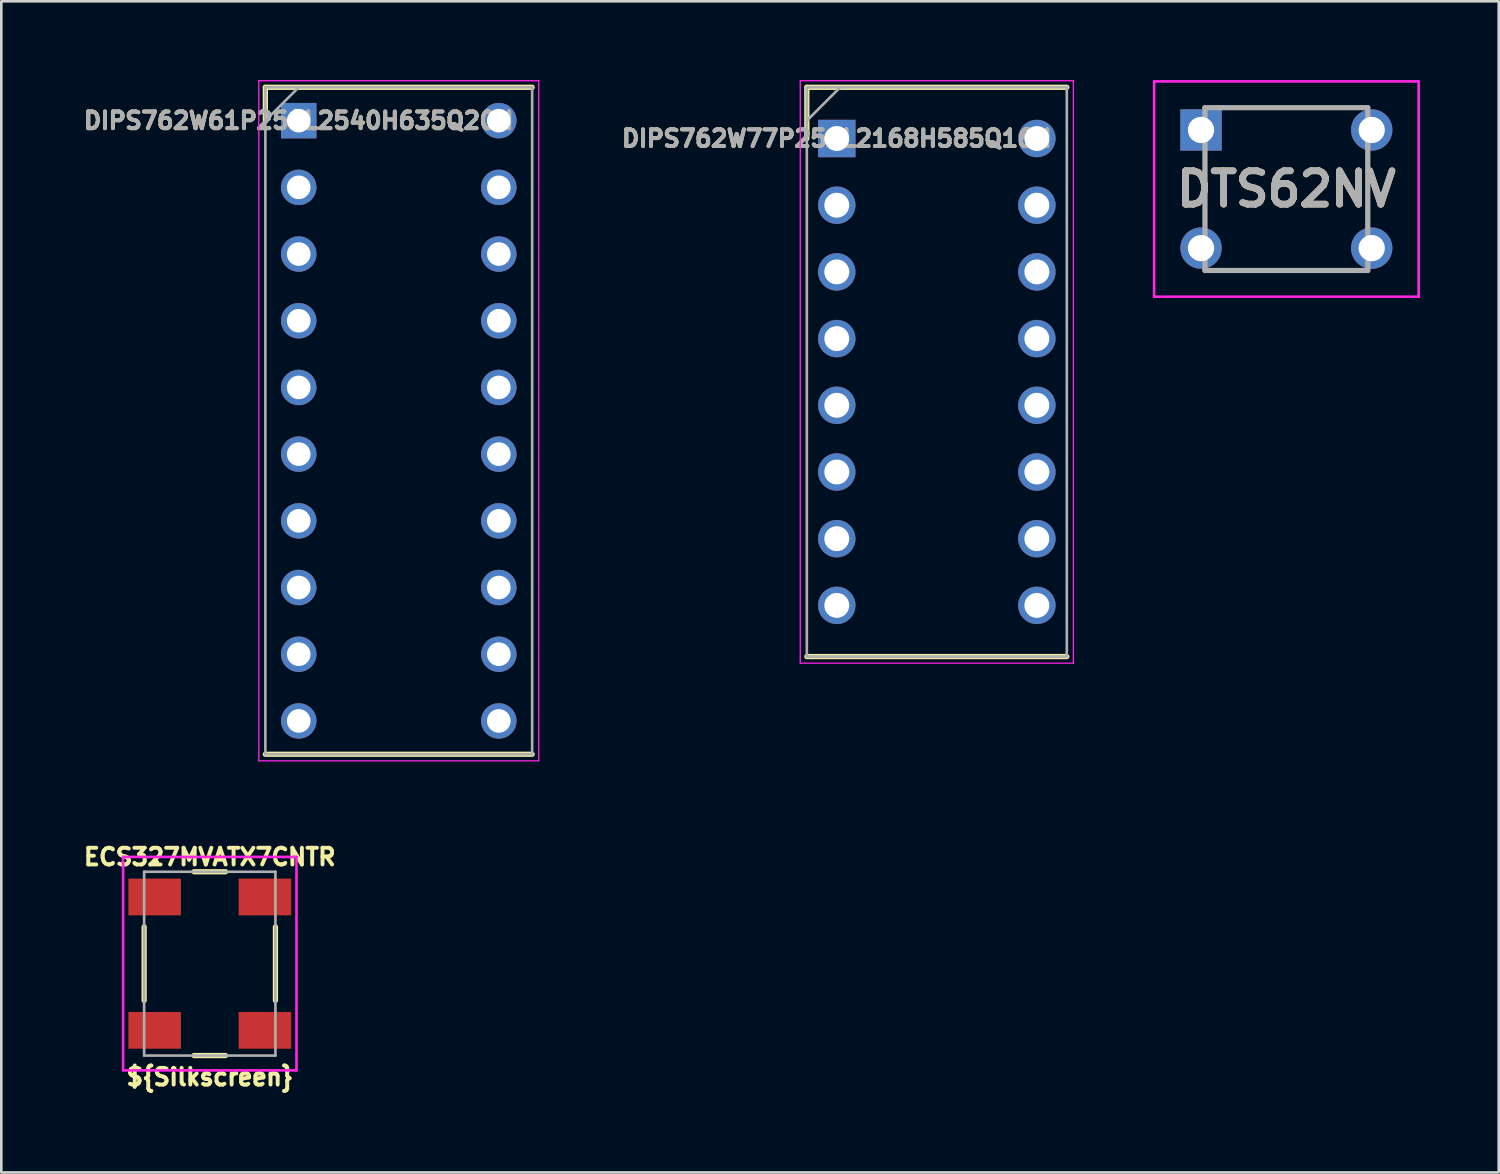
<source format=kicad_pcb>
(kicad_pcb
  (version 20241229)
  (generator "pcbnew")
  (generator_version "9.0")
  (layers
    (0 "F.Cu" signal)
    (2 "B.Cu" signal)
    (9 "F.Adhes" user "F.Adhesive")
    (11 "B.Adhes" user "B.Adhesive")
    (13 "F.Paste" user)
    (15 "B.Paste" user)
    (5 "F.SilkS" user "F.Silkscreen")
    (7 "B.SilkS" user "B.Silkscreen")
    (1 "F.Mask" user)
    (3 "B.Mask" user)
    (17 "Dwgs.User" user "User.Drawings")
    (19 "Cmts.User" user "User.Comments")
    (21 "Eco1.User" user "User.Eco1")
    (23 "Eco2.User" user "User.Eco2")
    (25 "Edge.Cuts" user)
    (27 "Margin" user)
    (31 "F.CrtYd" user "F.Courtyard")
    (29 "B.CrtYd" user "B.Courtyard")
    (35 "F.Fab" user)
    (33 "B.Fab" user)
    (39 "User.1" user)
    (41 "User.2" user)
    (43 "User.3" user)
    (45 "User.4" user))
  (footprint "DTS62NV"
    (layer "F.Cu")
    (at 42.689 1.9)
    (property "Reference" "DTS62NV" (at 3.25 2.25 0) (layer "F.SilkS") (effects (font (size 1.27 1.27) (thickness 0.254))))
    (attr through_hole)
    (fp_line (start 0.15 1.05) (end 0.15 3.45) (stroke (width 0.1) (type solid)) (layer "F.SilkS"))
    (fp_line (start 0.55 5.35) (end 5.95 5.35) (stroke (width 0.1) (type solid)) (layer "F.SilkS"))
    (fp_line (start 1.15 -0.85) (end 5.95 -0.85) (stroke (width 0.1) (type solid)) (layer "F.SilkS"))
    (fp_line (start 6.35 3.45) (end 6.35 1.05) (stroke (width 0.1) (type solid)) (layer "F.SilkS"))
    (fp_line (start -1.787 -1.85) (end 8.287 -1.85) (stroke (width 0.1) (type solid)) (layer "F.CrtYd"))
    (fp_line (start -1.787 6.35) (end -1.787 -1.85) (stroke (width 0.1) (type solid)) (layer "F.CrtYd"))
    (fp_line (start 8.287 -1.85) (end 8.287 6.35) (stroke (width 0.1) (type solid)) (layer "F.CrtYd"))
    (fp_line (start 8.287 6.35) (end -1.787 6.35) (stroke (width 0.1) (type solid)) (layer "F.CrtYd"))
    (fp_line (start 0.15 -0.85) (end 6.35 -0.85) (stroke (width 0.2) (type solid)) (layer "F.Fab"))
    (fp_line (start 0.15 5.35) (end 0.15 -0.85) (stroke (width 0.2) (type solid)) (layer "F.Fab"))
    (fp_line (start 6.35 -0.85) (end 6.35 5.35) (stroke (width 0.2) (type solid)) (layer "F.Fab"))
    (fp_line (start 6.35 5.35) (end 0.15 5.35) (stroke (width 0.2) (type solid)) (layer "F.Fab"))
    (fp_text user "${REFERENCE}" (at 3.25 2.25 0) (layer "F.Fab") (effects (font (size 1.27 1.27) (thickness 0.254))))
    (pad "1" thru_hole rect (at 0 0) (size 1.575 1.575) (drill 1) (layers "*.Cu" "*.Mask"))
    (pad "2" thru_hole circle (at 6.5 0) (size 1.575 1.575) (drill 1) (layers "*.Cu" "*.Mask"))
    (pad "3" thru_hole circle (at 0 4.5) (size 1.575 1.575) (drill 1) (layers "*.Cu" "*.Mask"))
    (pad "4" thru_hole circle (at 6.5 4.5) (size 1.575 1.575) (drill 1) (layers "*.Cu" "*.Mask")))
  (footprint "DIPS762W61P254L2540H635Q20N"
    (layer "F.Cu")
    (at 8.326 1.545)
    (property "Reference" "DIPS762W61P254L2540H635Q20N" (at 0 0 0) (layer "F.SilkS") (effects (font (size 0.635 0.635) (thickness 0.15))))
    (attr through_hole)
    (fp_line (start -1.27 -1.27) (end -1.27 0) (stroke (width 0.2) (type solid)) (layer "F.SilkS"))
    (fp_line (start -1.27 24.13) (end 8.89 24.13) (stroke (width 0.2) (type solid)) (layer "F.SilkS"))
    (fp_line (start 8.89 -1.27) (end -1.27 -1.27) (stroke (width 0.2) (type solid)) (layer "F.SilkS"))
    (fp_line (start -1.52 -1.52) (end 9.14 -1.52) (stroke (width 0.05) (type solid)) (layer "F.CrtYd"))
    (fp_line (start -1.52 24.38) (end -1.52 -1.52) (stroke (width 0.05) (type solid)) (layer "F.CrtYd"))
    (fp_line (start 9.14 -1.52) (end 9.14 24.38) (stroke (width 0.05) (type solid)) (layer "F.CrtYd"))
    (fp_line (start 9.14 24.38) (end -1.52 24.38) (stroke (width 0.05) (type solid)) (layer "F.CrtYd"))
    (fp_line (start -1.27 -1.27) (end 8.89 -1.27) (stroke (width 0.1) (type solid)) (layer "F.Fab"))
    (fp_line (start -1.27 0) (end 0 -1.27) (stroke (width 0.1) (type solid)) (layer "F.Fab"))
    (fp_line (start -1.27 24.13) (end -1.27 -1.27) (stroke (width 0.1) (type solid)) (layer "F.Fab"))
    (fp_line (start 8.89 -1.27) (end 8.89 24.13) (stroke (width 0.1) (type solid)) (layer "F.Fab"))
    (fp_line (start 8.89 24.13) (end -1.27 24.13) (stroke (width 0.1) (type solid)) (layer "F.Fab"))
    (fp_text user "${REFERENCE}" (at 0 0 0) (layer "F.Fab") (effects (font (size 0.635 0.635) (thickness 0.15))))
    (pad "1" thru_hole rect (at 0 0) (size 1.35 1.35) (drill 0.9) (layers "*.Cu" "*.Mask"))
    (pad "2" thru_hole circle (at 0 2.54) (size 1.35 1.35) (drill 0.9) (layers "*.Cu" "*.Mask"))
    (pad "3" thru_hole circle (at 0 5.08) (size 1.35 1.35) (drill 0.9) (layers "*.Cu" "*.Mask"))
    (pad "4" thru_hole circle (at 0 7.62) (size 1.35 1.35) (drill 0.9) (layers "*.Cu" "*.Mask"))
    (pad "5" thru_hole circle (at 0 10.16) (size 1.35 1.35) (drill 0.9) (layers "*.Cu" "*.Mask"))
    (pad "6" thru_hole circle (at 0 12.7) (size 1.35 1.35) (drill 0.9) (layers "*.Cu" "*.Mask"))
    (pad "7" thru_hole circle (at 0 15.24) (size 1.35 1.35) (drill 0.9) (layers "*.Cu" "*.Mask"))
    (pad "8" thru_hole circle (at 0 17.78) (size 1.35 1.35) (drill 0.9) (layers "*.Cu" "*.Mask"))
    (pad "9" thru_hole circle (at 0 20.32) (size 1.35 1.35) (drill 0.9) (layers "*.Cu" "*.Mask"))
    (pad "10" thru_hole circle (at 0 22.86) (size 1.35 1.35) (drill 0.9) (layers "*.Cu" "*.Mask"))
    (pad "11" thru_hole circle (at 7.62 22.86) (size 1.35 1.35) (drill 0.9) (layers "*.Cu" "*.Mask"))
    (pad "12" thru_hole circle (at 7.62 20.32) (size 1.35 1.35) (drill 0.9) (layers "*.Cu" "*.Mask"))
    (pad "13" thru_hole circle (at 7.62 17.78) (size 1.35 1.35) (drill 0.9) (layers "*.Cu" "*.Mask"))
    (pad "14" thru_hole circle (at 7.62 15.24) (size 1.35 1.35) (drill 0.9) (layers "*.Cu" "*.Mask"))
    (pad "15" thru_hole circle (at 7.62 12.7) (size 1.35 1.35) (drill 0.9) (layers "*.Cu" "*.Mask"))
    (pad "16" thru_hole circle (at 7.62 10.16) (size 1.35 1.35) (drill 0.9) (layers "*.Cu" "*.Mask"))
    (pad "17" thru_hole circle (at 7.62 7.62) (size 1.35 1.35) (drill 0.9) (layers "*.Cu" "*.Mask"))
    (pad "18" thru_hole circle (at 7.62 5.08) (size 1.35 1.35) (drill 0.9) (layers "*.Cu" "*.Mask"))
    (pad "19" thru_hole circle (at 7.62 2.54) (size 1.35 1.35) (drill 0.9) (layers "*.Cu" "*.Mask"))
    (pad "20" thru_hole circle (at 7.62 0) (size 1.35 1.35) (drill 0.9) (layers "*.Cu" "*.Mask")))
  (footprint "DIPS762W77P254L2168H585Q16N"
    (layer "F.Cu")
    (at 28.817 2.225)
    (property "Reference" "DIPS762W77P254L2168H585Q16N" (at 0 0 0) (layer "F.SilkS") (effects (font (size 0.635 0.635) (thickness 0.15))))
    (attr through_hole)
    (fp_line (start -1.14 -1.95) (end -1.14 0) (stroke (width 0.2) (type solid)) (layer "F.SilkS"))
    (fp_line (start -1.14 19.73) (end 8.76 19.73) (stroke (width 0.2) (type solid)) (layer "F.SilkS"))
    (fp_line (start 8.76 -1.95) (end -1.14 -1.95) (stroke (width 0.2) (type solid)) (layer "F.SilkS"))
    (fp_line (start -1.39 -2.2) (end 9.01 -2.2) (stroke (width 0.05) (type solid)) (layer "F.CrtYd"))
    (fp_line (start -1.39 19.98) (end -1.39 -2.2) (stroke (width 0.05) (type solid)) (layer "F.CrtYd"))
    (fp_line (start 9.01 -2.2) (end 9.01 19.98) (stroke (width 0.05) (type solid)) (layer "F.CrtYd"))
    (fp_line (start 9.01 19.98) (end -1.39 19.98) (stroke (width 0.05) (type solid)) (layer "F.CrtYd"))
    (fp_line (start -1.14 -1.95) (end 8.76 -1.95) (stroke (width 0.1) (type solid)) (layer "F.Fab"))
    (fp_line (start -1.14 -0.68) (end 0.13 -1.95) (stroke (width 0.1) (type solid)) (layer "F.Fab"))
    (fp_line (start -1.14 19.73) (end -1.14 -1.95) (stroke (width 0.1) (type solid)) (layer "F.Fab"))
    (fp_line (start 8.76 -1.95) (end 8.76 19.73) (stroke (width 0.1) (type solid)) (layer "F.Fab"))
    (fp_line (start 8.76 19.73) (end -1.14 19.73) (stroke (width 0.1) (type solid)) (layer "F.Fab"))
    (fp_text user "${REFERENCE}" (at 0 0 0) (layer "F.Fab") (effects (font (size 0.635 0.635) (thickness 0.15))))
    (pad "1" thru_hole rect (at 0 0) (size 1.425 1.425) (drill 0.95) (layers "*.Cu" "*.Mask"))
    (pad "2" thru_hole circle (at 0 2.54) (size 1.425 1.425) (drill 0.95) (layers "*.Cu" "*.Mask"))
    (pad "3" thru_hole circle (at 0 5.08) (size 1.425 1.425) (drill 0.95) (layers "*.Cu" "*.Mask"))
    (pad "4" thru_hole circle (at 0 7.62) (size 1.425 1.425) (drill 0.95) (layers "*.Cu" "*.Mask"))
    (pad "5" thru_hole circle (at 0 10.16) (size 1.425 1.425) (drill 0.95) (layers "*.Cu" "*.Mask"))
    (pad "6" thru_hole circle (at 0 12.7) (size 1.425 1.425) (drill 0.95) (layers "*.Cu" "*.Mask"))
    (pad "7" thru_hole circle (at 0 15.24) (size 1.425 1.425) (drill 0.95) (layers "*.Cu" "*.Mask"))
    (pad "8" thru_hole circle (at 0 17.78) (size 1.425 1.425) (drill 0.95) (layers "*.Cu" "*.Mask"))
    (pad "9" thru_hole circle (at 7.62 17.78) (size 1.425 1.425) (drill 0.95) (layers "*.Cu" "*.Mask"))
    (pad "10" thru_hole circle (at 7.62 15.24) (size 1.425 1.425) (drill 0.95) (layers "*.Cu" "*.Mask"))
    (pad "11" thru_hole circle (at 7.62 12.7) (size 1.425 1.425) (drill 0.95) (layers "*.Cu" "*.Mask"))
    (pad "12" thru_hole circle (at 7.62 10.16) (size 1.425 1.425) (drill 0.95) (layers "*.Cu" "*.Mask"))
    (pad "13" thru_hole circle (at 7.62 7.62) (size 1.425 1.425) (drill 0.95) (layers "*.Cu" "*.Mask"))
    (pad "14" thru_hole circle (at 7.62 5.08) (size 1.425 1.425) (drill 0.95) (layers "*.Cu" "*.Mask"))
    (pad "15" thru_hole circle (at 7.62 2.54) (size 1.425 1.425) (drill 0.95) (layers "*.Cu" "*.Mask"))
    (pad "16" thru_hole circle (at 7.62 0) (size 1.425 1.425) (drill 0.95) (layers "*.Cu" "*.Mask")))
  (footprint "ECS327MVATX7CNTR"
    (layer "F.Cu")
    (at 4.939 33.649)
    (property "Reference" "ECS327MVATX7CNTR" (at 0 -4.064 0) (layer "F.SilkS") (effects (font (size 0.635 0.635) (thickness 0.15))))
    (attr smd)
    (fp_line (start -2.5 -1.4) (end -2.5 1.4) (stroke (width 0.2) (type solid)) (layer "F.SilkS"))
    (fp_line (start -2.082 -3.86) (end -2.082 -3.86) (stroke (width 0.1) (type solid)) (layer "F.SilkS"))
    (fp_line (start -2.082 -3.86) (end -2.082 -3.86) (stroke (width 0.1) (type solid)) (layer "F.SilkS"))
    (fp_line (start -1.982 -3.86) (end -1.982 -3.86) (stroke (width 0.1) (type solid)) (layer "F.SilkS"))
    (fp_line (start -0.6 -3.5) (end 0.6 -3.5) (stroke (width 0.2) (type solid)) (layer "F.SilkS"))
    (fp_line (start 0.6 3.5) (end -0.6 3.5) (stroke (width 0.2) (type solid)) (layer "F.SilkS"))
    (fp_line (start 2.5 -1.4) (end 2.5 1.4) (stroke (width 0.2) (type solid)) (layer "F.SilkS"))
    (fp_arc (start -2.082 -3.86) (mid -2.032 -3.91) (end -1.982 -3.86) (stroke (width 0.1) (type solid)) (layer "F.SilkS"))
    (fp_arc (start -1.982 -3.86) (mid -2.032 -3.81) (end -2.082 -3.86) (stroke (width 0.1) (type solid)) (layer "F.SilkS"))
    (fp_arc (start -1.982 -3.86) (mid -2.032 -3.81) (end -2.082 -3.86) (stroke (width 0.1) (type solid)) (layer "F.SilkS"))
    (fp_line (start -3.302 -4.064) (end 3.302 -4.064) (stroke (width 0.1) (type solid)) (layer "F.CrtYd"))
    (fp_line (start -3.302 4.064) (end -3.302 -4.064) (stroke (width 0.1) (type solid)) (layer "F.CrtYd"))
    (fp_line (start 3.302 -4.064) (end 3.302 4.064) (stroke (width 0.1) (type solid)) (layer "F.CrtYd"))
    (fp_line (start 3.302 4.064) (end -3.302 4.064) (stroke (width 0.1) (type solid)) (layer "F.CrtYd"))
    (fp_line (start -2.5 -3.5) (end -2.5 3.5) (stroke (width 0.1) (type solid)) (layer "F.Fab"))
    (fp_line (start -2.5 3.5) (end 2.5 3.5) (stroke (width 0.1) (type solid)) (layer "F.Fab"))
    (fp_line (start 2.5 -3.5) (end -2.5 -3.5) (stroke (width 0.1) (type solid)) (layer "F.Fab"))
    (fp_line (start 2.5 3.5) (end 2.5 -3.5) (stroke (width 0.1) (type solid)) (layer "F.Fab"))
    (fp_text user "${Silkscreen}" (at 0 4.318 0) (layer "F.SilkS") (effects (font (size 0.635 0.635) (thickness 0.15))))
    (pad "1" smd rect (at -2.1 -2.54 270) (size 1.4 2) (layers "F.Cu" "F.Mask" "F.Paste"))
    (pad "2" smd rect (at -2.1 2.54 270) (size 1.4 2) (layers "F.Cu" "F.Mask" "F.Paste"))
    (pad "3" smd rect (at 2.1 2.54 270) (size 1.4 2) (layers "F.Cu" "F.Mask" "F.Paste"))
    (pad "4" smd rect (at 2.1 -2.54 270) (size 1.4 2) (layers "F.Cu" "F.Mask" "F.Paste")))
  (gr_rect
    (start -3 -3)
    (end 54.026 41.601)
    (stroke (width 0.1) (type default))
    (fill no)
    (layer "Edge.Cuts")))
</source>
